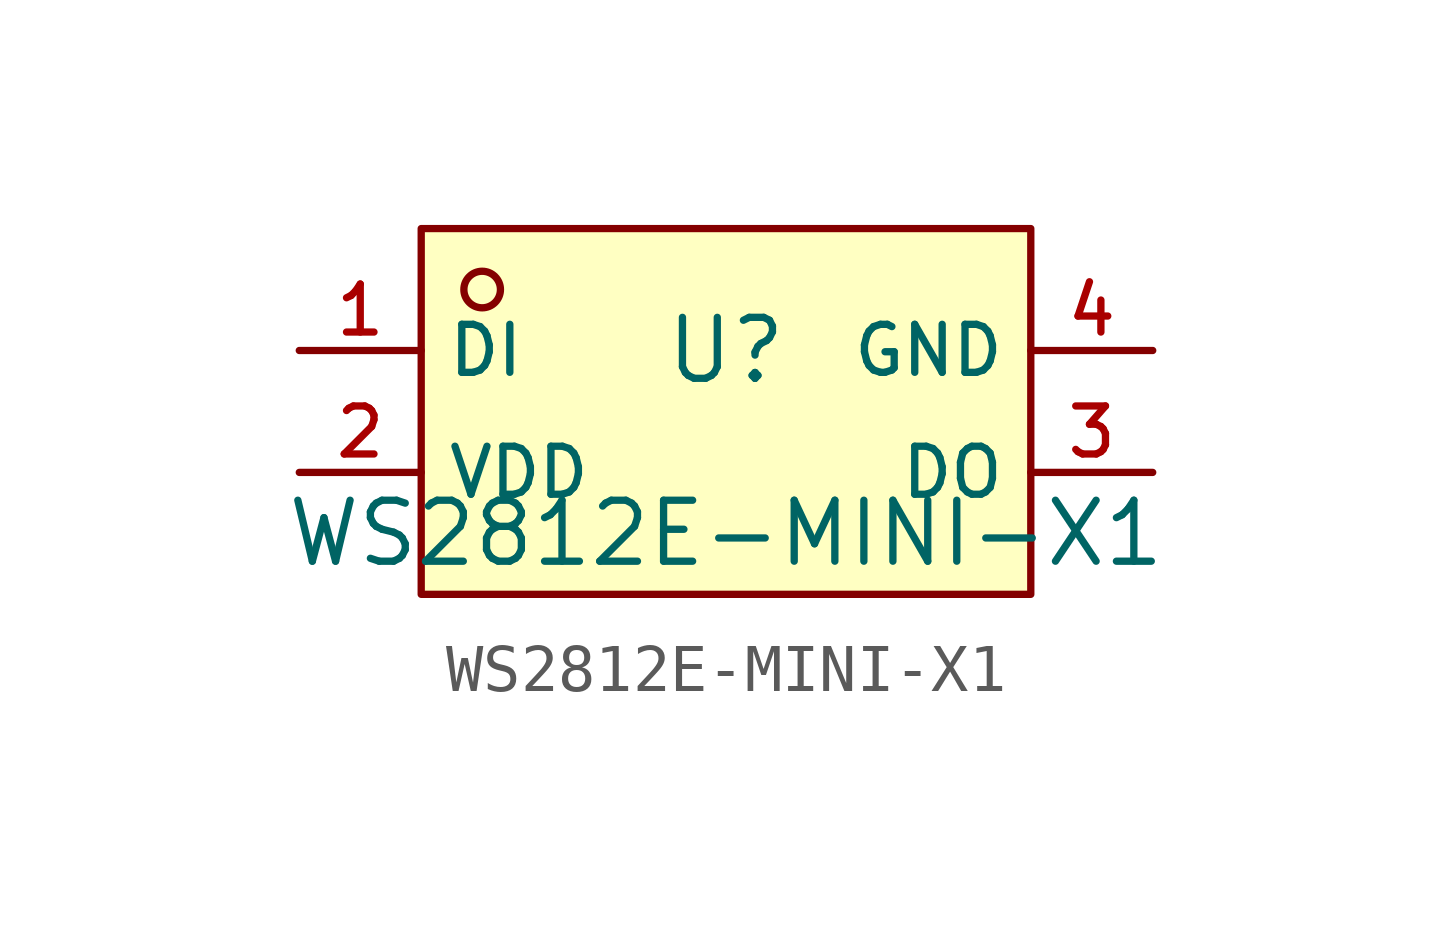
<source format=kicad_sym>
(kicad_symbol_lib
  (version 20210201)
  (generator TousstNicolas/JLC2KiCad_lib)
  (symbol "WS2812E-MINI-X1"
    (property "Reference" "U"
      (at 0 1.27 0)
      (effects (font (size 1.27 1.27))))
    (property "Value" "WS2812E-MINI-X1"
      (at 0 -2.54 0)
      (effects (font (size 1.27 1.27))))
    (symbol "WS2812E-MINI-X1_0_1"
      (rectangle (start -6.35 3.81) (end 6.35 -3.81) (stroke (width 0) (type default) (color 0 0 0 0)) (fill (type background)))
      (circle (center -5.08 2.54) (radius 0.381) (stroke (width 0) (type default) (color 0 0 0 0)) (fill (type background)))
      (pin unspecified line (at -8.89 1.27 0) (length 2.54) (name "DI" (effects (font (size 1 1)))) (number "1" (effects (font (size 1 1)))))
      (pin unspecified line (at -8.89 -1.27 0) (length 2.54) (name "VDD" (effects (font (size 1 1)))) (number "2" (effects (font (size 1 1)))))
      (pin unspecified line (at 8.89 -1.27 180) (length 2.54) (name "DO" (effects (font (size 1 1)))) (number "3" (effects (font (size 1 1)))))
      (pin unspecified line (at 8.89 1.27 180) (length 2.54) (name "GND" (effects (font (size 1 1)))) (number "4" (effects (font (size 1 1))))))))
</source>
